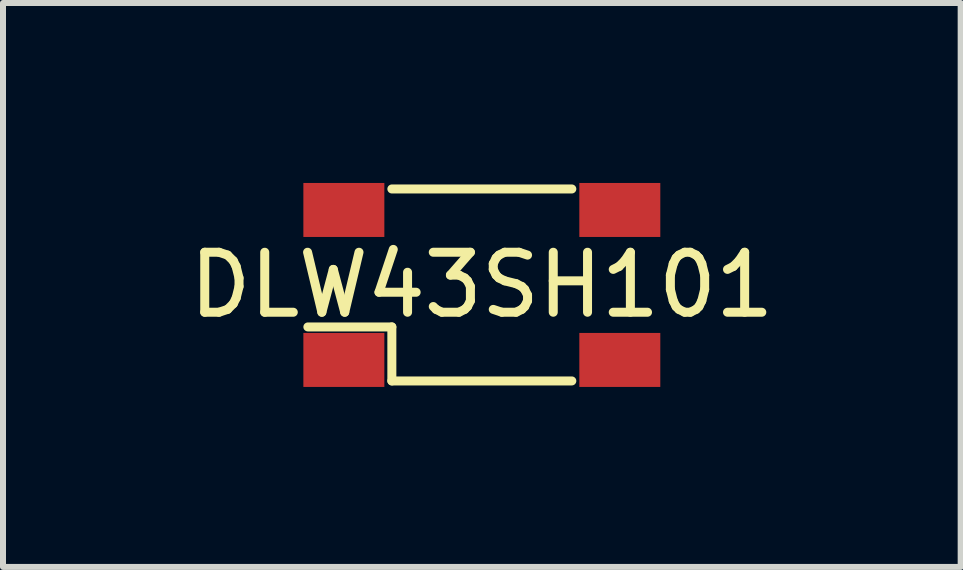
<source format=kicad_pcb>
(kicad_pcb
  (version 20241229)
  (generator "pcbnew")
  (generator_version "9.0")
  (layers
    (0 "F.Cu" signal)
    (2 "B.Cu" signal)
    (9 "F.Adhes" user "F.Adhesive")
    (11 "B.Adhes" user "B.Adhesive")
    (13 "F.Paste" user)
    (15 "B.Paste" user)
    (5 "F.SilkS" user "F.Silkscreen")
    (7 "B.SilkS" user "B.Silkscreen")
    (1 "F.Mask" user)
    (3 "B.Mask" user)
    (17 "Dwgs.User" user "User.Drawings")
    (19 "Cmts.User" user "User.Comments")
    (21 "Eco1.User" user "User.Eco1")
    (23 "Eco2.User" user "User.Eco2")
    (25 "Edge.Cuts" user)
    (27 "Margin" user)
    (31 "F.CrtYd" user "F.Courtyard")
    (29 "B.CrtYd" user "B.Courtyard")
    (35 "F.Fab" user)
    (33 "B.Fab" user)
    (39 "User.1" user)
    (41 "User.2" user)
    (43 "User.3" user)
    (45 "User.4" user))
  (footprint "DLW43SH101"
    (layer "F.Cu")
    (at 4.982 1.7)
    (property "Reference" "DLW43SH101" (at 0 0 0) (layer "F.SilkS") (effects (font (size 1 1) (thickness 0.15))))
    (attr through_hole)
    (fp_line (start -1.5 -1.6) (end 1.5 -1.6) (stroke (width 0.15) (type solid)) (layer "F.SilkS"))
    (fp_line (start -1.5 0.7) (end -2.9 0.7) (stroke (width 0.15) (type solid)) (layer "F.SilkS"))
    (fp_line (start -1.5 1.6) (end -1.5 0.7) (stroke (width 0.15) (type solid)) (layer "F.SilkS"))
    (fp_line (start -1.5 1.6) (end 1.5 1.6) (stroke (width 0.15) (type solid)) (layer "F.SilkS"))
    (pad "1" smd rect (at -2.3 1.25) (size 1.35 0.9) (layers "F.Cu" "F.Mask" "F.Paste"))
    (pad "2" smd rect (at 2.3 1.25) (size 1.35 0.9) (layers "F.Cu" "F.Mask" "F.Paste"))
    (pad "3" smd rect (at 2.3 -1.25) (size 1.35 0.9) (layers "F.Cu" "F.Mask" "F.Paste"))
    (pad "4" smd rect (at -2.3 -1.25) (size 1.35 0.9) (layers "F.Cu" "F.Mask" "F.Paste")))
  (gr_rect
    (start -3 -3)
    (end 12.964 6.4)
    (stroke (width 0.1) (type default))
    (fill no)
    (layer "Edge.Cuts")))
</source>
